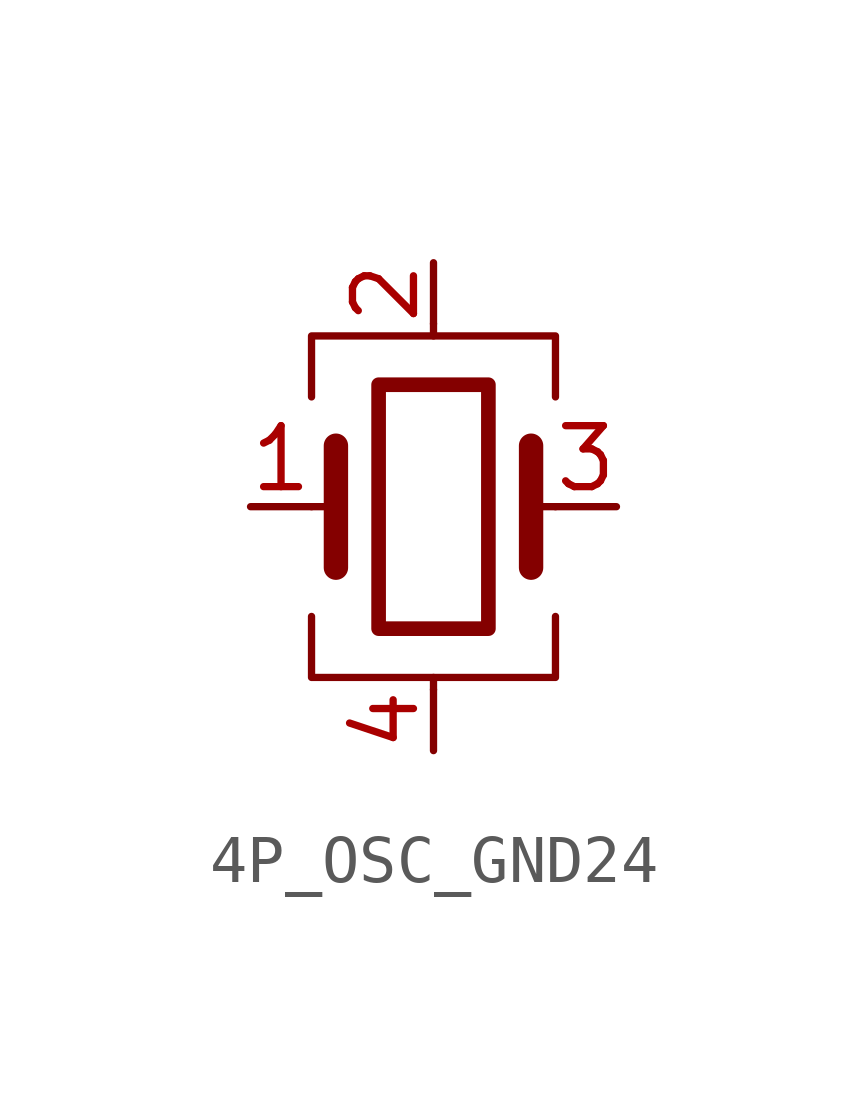
<source format=kicad_sym>
(kicad_symbol_lib
  (version 20211014)
  (generator kicad_symbol_editor)
  (symbol "4P_OSC_GND24"
    (pin_names
      (offset 1.016) hide)
    (property "Reference" "Y"
      (at 5.08 6.35 0)
      (effects (font (size 1.27 1.27)) (justify left) hide))
    (symbol "4P_OSC_GND24_0_1"
      (rectangle (start -1.143 2.54) (end 1.143 -2.54) (stroke (width 0.305) (type default) (color 0 0 0 0)) (fill (type none)))
      (polyline (pts (xy -2.54 0) (xy -2.032 0)) (stroke (width 0) (type default) (color 0 0 0 0)) (fill (type none)))
      (polyline (pts (xy -2.032 -1.27) (xy -2.032 1.27)) (stroke (width 0.508) (type default) (color 0 0 0 0)) (fill (type none)))
      (polyline (pts (xy 0 -3.81) (xy 0 -3.556)) (stroke (width 0) (type default) (color 0 0 0 0)) (fill (type none)))
      (polyline (pts (xy 0 3.556) (xy 0 3.81)) (stroke (width 0) (type default) (color 0 0 0 0)) (fill (type none)))
      (polyline (pts (xy 2.032 -1.27) (xy 2.032 1.27)) (stroke (width 0.508) (type default) (color 0 0 0 0)) (fill (type none)))
      (polyline (pts (xy 2.032 0) (xy 2.54 0)) (stroke (width 0) (type default) (color 0 0 0 0)) (fill (type none)))
      (polyline (pts (xy -2.54 -2.286) (xy -2.54 -3.556) (xy 2.54 -3.556) (xy 2.54 -2.286)) (stroke (width 0) (type default) (color 0 0 0 0)) (fill (type none)))
      (polyline (pts (xy -2.54 2.286) (xy -2.54 3.556) (xy 2.54 3.556) (xy 2.54 2.286)) (stroke (width 0) (type default) (color 0 0 0 0)) (fill (type none))))
    (symbol "4P_OSC_GND24_1_1"
      (pin passive line (at -3.81 0 0) (length 1.27) (name "1" (effects (font (size 1.27 1.27)))) (number "1" (effects (font (size 1.27 1.27)))))
      (pin passive line (at 0 5.08 270) (length 1.27) (name "2" (effects (font (size 1.27 1.27)))) (number "2" (effects (font (size 1.27 1.27)))))
      (pin passive line (at 3.81 0 180) (length 1.27) (name "3" (effects (font (size 1.27 1.27)))) (number "3" (effects (font (size 1.27 1.27)))))
      (pin passive line (at 0 -5.08 90) (length 1.27) (name "4" (effects (font (size 1.27 1.27)))) (number "4" (effects (font (size 1.27 1.27))))))))
</source>
